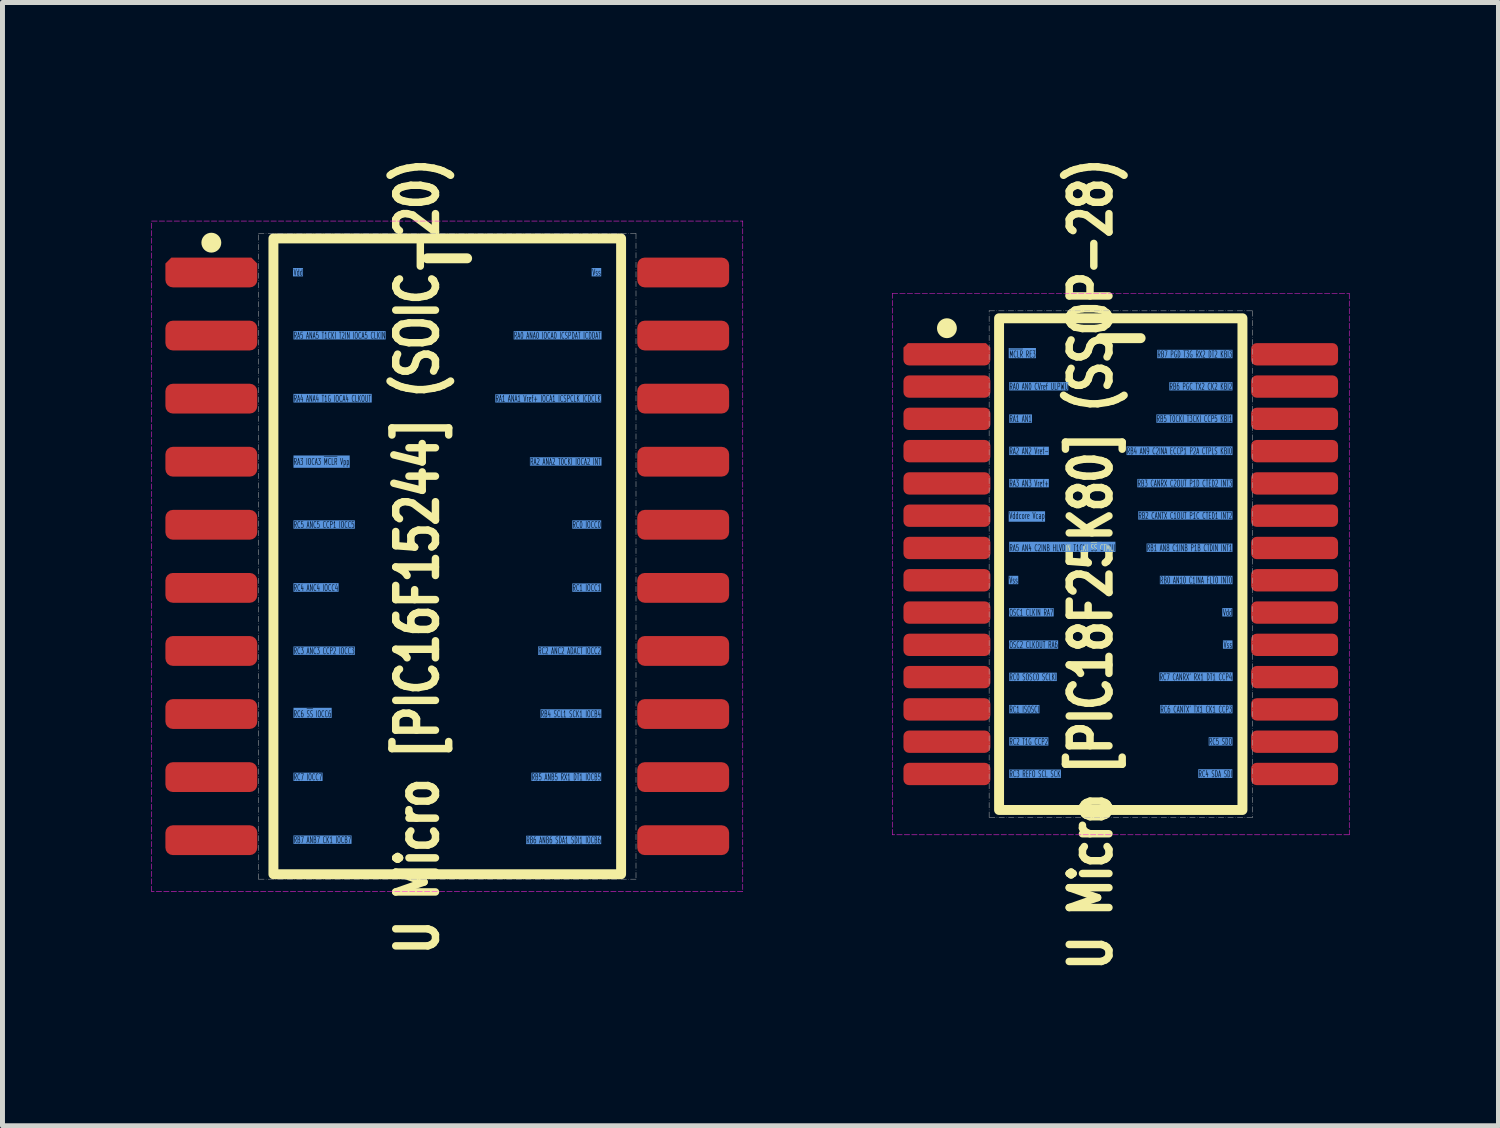
<source format=kicad_pcb>
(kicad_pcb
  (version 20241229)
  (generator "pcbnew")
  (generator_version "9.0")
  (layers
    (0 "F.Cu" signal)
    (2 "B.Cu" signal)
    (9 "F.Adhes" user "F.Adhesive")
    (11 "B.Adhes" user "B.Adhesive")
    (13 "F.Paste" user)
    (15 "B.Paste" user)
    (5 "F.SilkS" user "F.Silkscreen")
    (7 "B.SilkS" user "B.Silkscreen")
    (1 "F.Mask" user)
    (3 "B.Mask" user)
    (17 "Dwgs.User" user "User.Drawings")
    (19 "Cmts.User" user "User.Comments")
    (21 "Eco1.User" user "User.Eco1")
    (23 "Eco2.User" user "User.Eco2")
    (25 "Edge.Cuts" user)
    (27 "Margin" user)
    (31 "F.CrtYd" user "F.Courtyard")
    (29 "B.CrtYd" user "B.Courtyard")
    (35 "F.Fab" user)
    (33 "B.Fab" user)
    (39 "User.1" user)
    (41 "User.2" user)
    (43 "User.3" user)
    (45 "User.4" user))
  (footprint "U Micro [PIC18F25K80] (SSOP-28)"
    (layer "F.Cu")
    (at 19.515 8.308)
    (property "Reference" "U Micro [PIC18F25K80] (SSOP-28)" (at -0.6 0 90) (layer "F.SilkS") (effects (font (size 0.8 0.6) (thickness 0.15))))
    (attr smd)
    (fp_line (start -0.4 -4.55) (end 0.4 -4.55) (stroke (width 0.2) (type default)) (layer "F.SilkS"))
    (fp_rect (start -2.45 -4.95) (end 2.45 4.95) (stroke (width 0.2) (type default)) (fill no) (layer "F.SilkS"))
    (fp_circle (center -3.5 -4.75) (end -3.35 -4.75) (stroke (width 0.1) (type solid)) (fill yes) (layer "F.SilkS"))
    (fp_rect (start -4.6 -5.45) (end 4.6 5.45) (stroke (width 0.01) (type dash)) (fill no) (layer "F.CrtYd"))
    (fp_rect (start -2.65 -5.1) (end 2.65 5.1) (stroke (width 0.01) (type dash_dot)) (fill no) (layer "F.Fab"))
    (fp_text user "RA1 AN1" (at -2.25 -2.925 0) (layer "Cmts.User" knockout) (effects (font (size 0.13 0.07) (thickness 0.01)) (justify left)))
    (fp_text user "RB6 PGC TX2 CK2 KBI2" (at 2.25 -3.575 0) (layer "Cmts.User" knockout) (effects (font (size 0.13 0.07) (thickness 0.01) (bold yes)) (justify right)))
    (fp_text user "RB1 AN8 C1INB P1B CTDIN INT1" (at 2.25 -0.325 0) (layer "Cmts.User" knockout) (effects (font (size 0.13 0.07) (thickness 0.01)) (justify right)))
    (fp_text user "RC4 SDA SDI" (at 2.25 4.225 0) (layer "Cmts.User" knockout) (effects (font (size 0.13 0.07) (thickness 0.01)) (justify right)))
    (fp_text user "RB7 PGD T3G RX2 DT2 KBI3" (at 2.25 -4.225 0) (layer "Cmts.User" knockout) (effects (font (size 0.13 0.07) (thickness 0.01) (bold yes)) (justify right)))
    (fp_text user "RC1 ISOSCI" (at -2.25 2.925 0) (layer "Cmts.User" knockout) (effects (font (size 0.13 0.07) (thickness 0.01)) (justify left)))
    (fp_text user "RB5 T0CKI T3CKI CCP5 KBI1" (at 2.25 -2.925 0) (layer "Cmts.User" knockout) (effects (font (size 0.13 0.07) (thickness 0.01)) (justify right)))
    (fp_text user "RA2 AN2 Vref-" (at -2.25 -2.275 0) (layer "Cmts.User" knockout) (effects (font (size 0.13 0.07) (thickness 0.01)) (justify left)))
    (fp_text user "RB4 AN9 C2INA ECCP1 P2A CTPLS KBI0" (at 2.25 -2.275 0) (layer "Cmts.User" knockout) (effects (font (size 0.13 0.07) (thickness 0.01)) (justify right)))
    (fp_text user "OSC1 CLKIN RA7" (at -2.25 0.975 0) (layer "Cmts.User" knockout) (effects (font (size 0.13 0.07) (thickness 0.01)) (justify left)))
    (fp_text user "RB3 CANRX C2OUT P1D CTED2 INT3" (at 2.25 -1.625 0) (layer "Cmts.User" knockout) (effects (font (size 0.13 0.07) (thickness 0.01)) (justify right)))
    (fp_text user "RA0 AN0 CVref ULPWU" (at -2.25 -3.575 0) (layer "Cmts.User" knockout) (effects (font (size 0.13 0.07) (thickness 0.01)) (justify left)))
    (fp_text user "Vss" (at -2.25 0.325 0) (layer "Cmts.User" knockout) (effects (font (size 0.13 0.07) (thickness 0.01) (bold yes)) (justify left)))
    (fp_text user "Vddcore Vcap" (at -2.25 -0.975 0) (layer "Cmts.User" knockout) (effects (font (size 0.13 0.07) (thickness 0.01) (bold yes)) (justify left)))
    (fp_text user "Vdd" (at 2.25 0.975 0) (layer "Cmts.User" knockout) (effects (font (size 0.13 0.07) (thickness 0.01) (bold yes)) (justify right)))
    (fp_text user "RC7 CANRX' RX1 DT1 CCP4" (at 2.25 2.275 0) (layer "Cmts.User" knockout) (effects (font (size 0.13 0.07) (thickness 0.01)) (justify right)))
    (fp_text user "~{MCLR} RE3" (at -2.25 -4.225 0) (layer "Cmts.User" knockout) (effects (font (size 0.13 0.07) (thickness 0.01) (bold yes)) (justify left)))
    (fp_text user "RA3 AN3 Vref+" (at -2.25 -1.625 0) (layer "Cmts.User" knockout) (effects (font (size 0.13 0.07) (thickness 0.01)) (justify left)))
    (fp_text user "RC2 T1G CCP2" (at -2.25 3.575 0) (layer "Cmts.User" knockout) (effects (font (size 0.13 0.07) (thickness 0.01)) (justify left)))
    (fp_text user "RB2 CANTX C1OUT P1C CTED1 INT2" (at 2.25 -0.975 0) (layer "Cmts.User" knockout) (effects (font (size 0.13 0.07) (thickness 0.01)) (justify right)))
    (fp_text user "RA5 AN4 C2INB HLVDIN T1CKI ~{SS} CTMUI" (at -2.25 -0.325 0) (layer "Cmts.User" knockout) (effects (font (size 0.13 0.07) (thickness 0.01)) (justify left)))
    (fp_text user "RC5 SDO" (at 2.25 3.575 0) (layer "Cmts.User" knockout) (effects (font (size 0.13 0.07) (thickness 0.01)) (justify right)))
    (fp_text user "OSC2 CLKOUT RA6" (at -2.25 1.625 0) (layer "Cmts.User" knockout) (effects (font (size 0.13 0.07) (thickness 0.01)) (justify left)))
    (fp_text user "RB0 AN10 C1INA FLT0 INT0" (at 2.25 0.325 0) (layer "Cmts.User" knockout) (effects (font (size 0.13 0.07) (thickness 0.01)) (justify right)))
    (fp_text user "RC0 SOSC0 SCLKI" (at -2.25 2.275 0) (layer "Cmts.User" knockout) (effects (font (size 0.13 0.07) (thickness 0.01)) (justify left)))
    (fp_text user "RC6 CANTX' TX1 CK1 CCP3" (at 2.25 2.925 0) (layer "Cmts.User" knockout) (effects (font (size 0.13 0.07) (thickness 0.01)) (justify right)))
    (fp_text user "Vss" (at 2.25 1.625 0) (layer "Cmts.User" knockout) (effects (font (size 0.13 0.07) (thickness 0.01) (bold yes)) (justify right)))
    (fp_text user "RC3 REFO SCL SCK" (at -2.25 4.225 0) (layer "Cmts.User" knockout) (effects (font (size 0.13 0.07) (thickness 0.01) (bold yes)) (justify left)))
    (pad "1" smd roundrect (at -3.5 -4.225) (size 1.75 0.45) (layers "F.Cu" "F.Mask" "F.Paste") (roundrect_rratio 0.25) (chamfer_ratio 0.2) (chamfer top_left top_right))
    (pad "2" smd roundrect (at -3.5 -3.575) (size 1.75 0.45) (layers "F.Cu" "F.Mask" "F.Paste") (roundrect_rratio 0.25))
    (pad "3" smd roundrect (at -3.5 -2.925) (size 1.75 0.45) (layers "F.Cu" "F.Mask" "F.Paste") (roundrect_rratio 0.25))
    (pad "4" smd roundrect (at -3.5 -2.275) (size 1.75 0.45) (layers "F.Cu" "F.Mask" "F.Paste") (roundrect_rratio 0.25))
    (pad "5" smd roundrect (at -3.5 -1.625) (size 1.75 0.45) (layers "F.Cu" "F.Mask" "F.Paste") (roundrect_rratio 0.25))
    (pad "6" smd roundrect (at -3.5 -0.975) (size 1.75 0.45) (layers "F.Cu" "F.Mask" "F.Paste") (roundrect_rratio 0.25))
    (pad "7" smd roundrect (at -3.5 -0.325) (size 1.75 0.45) (layers "F.Cu" "F.Mask" "F.Paste") (roundrect_rratio 0.25))
    (pad "8" smd roundrect (at -3.5 0.325) (size 1.75 0.45) (layers "F.Cu" "F.Mask" "F.Paste") (roundrect_rratio 0.25))
    (pad "9" smd roundrect (at -3.5 0.975) (size 1.75 0.45) (layers "F.Cu" "F.Mask" "F.Paste") (roundrect_rratio 0.25))
    (pad "10" smd roundrect (at -3.5 1.625) (size 1.75 0.45) (layers "F.Cu" "F.Mask" "F.Paste") (roundrect_rratio 0.25))
    (pad "11" smd roundrect (at -3.5 2.275) (size 1.75 0.45) (layers "F.Cu" "F.Mask" "F.Paste") (roundrect_rratio 0.25))
    (pad "12" smd roundrect (at -3.5 2.925) (size 1.75 0.45) (layers "F.Cu" "F.Mask" "F.Paste") (roundrect_rratio 0.25))
    (pad "13" smd roundrect (at -3.5 3.575) (size 1.75 0.45) (layers "F.Cu" "F.Mask" "F.Paste") (roundrect_rratio 0.25))
    (pad "14" smd roundrect (at -3.5 4.225) (size 1.75 0.45) (layers "F.Cu" "F.Mask" "F.Paste") (roundrect_rratio 0.25))
    (pad "15" smd roundrect (at 3.5 4.225) (size 1.75 0.45) (layers "F.Cu" "F.Mask" "F.Paste") (roundrect_rratio 0.25))
    (pad "16" smd roundrect (at 3.5 3.575) (size 1.75 0.45) (layers "F.Cu" "F.Mask" "F.Paste") (roundrect_rratio 0.25))
    (pad "17" smd roundrect (at 3.5 2.925) (size 1.75 0.45) (layers "F.Cu" "F.Mask" "F.Paste") (roundrect_rratio 0.25))
    (pad "18" smd roundrect (at 3.5 2.275) (size 1.75 0.45) (layers "F.Cu" "F.Mask" "F.Paste") (roundrect_rratio 0.25))
    (pad "19" smd roundrect (at 3.5 1.625) (size 1.75 0.45) (layers "F.Cu" "F.Mask" "F.Paste") (roundrect_rratio 0.25))
    (pad "20" smd roundrect (at 3.5 0.975) (size 1.75 0.45) (layers "F.Cu" "F.Mask" "F.Paste") (roundrect_rratio 0.25))
    (pad "21" smd roundrect (at 3.5 0.325) (size 1.75 0.45) (layers "F.Cu" "F.Mask" "F.Paste") (roundrect_rratio 0.25))
    (pad "22" smd roundrect (at 3.5 -0.325) (size 1.75 0.45) (layers "F.Cu" "F.Mask" "F.Paste") (roundrect_rratio 0.25))
    (pad "23" smd roundrect (at 3.5 -0.975) (size 1.75 0.45) (layers "F.Cu" "F.Mask" "F.Paste") (roundrect_rratio 0.25))
    (pad "24" smd roundrect (at 3.5 -1.625) (size 1.75 0.45) (layers "F.Cu" "F.Mask" "F.Paste") (roundrect_rratio 0.25))
    (pad "25" smd roundrect (at 3.5 -2.275) (size 1.75 0.45) (layers "F.Cu" "F.Mask" "F.Paste") (roundrect_rratio 0.25))
    (pad "26" smd roundrect (at 3.5 -2.925) (size 1.75 0.45) (layers "F.Cu" "F.Mask" "F.Paste") (roundrect_rratio 0.25))
    (pad "27" smd roundrect (at 3.5 -3.575) (size 1.75 0.45) (layers "F.Cu" "F.Mask" "F.Paste") (roundrect_rratio 0.25))
    (pad "28" smd roundrect (at 3.5 -4.225) (size 1.75 0.45) (layers "F.Cu" "F.Mask" "F.Paste") (roundrect_rratio 0.25)))
  (footprint "U Micro [PIC16F15244] (SOIC-20)"
    (layer "F.Cu")
    (at 5.955 8.151)
    (property "Reference" "U Micro [PIC16F15244] (SOIC-20)" (at -0.6 0 90) (layer "F.SilkS") (effects (font (size 0.8 0.6) (thickness 0.15))))
    (attr smd)
    (fp_line (start -0.4 -6) (end 0.4 -6) (stroke (width 0.2) (type default)) (layer "F.SilkS"))
    (fp_rect (start 3.5 6.4) (end -3.5 -6.4) (stroke (width 0.2) (type default)) (fill no) (layer "F.SilkS"))
    (fp_circle (center -4.75 -6.315) (end -4.6 -6.315) (stroke (width 0.1) (type solid)) (fill yes) (layer "F.SilkS"))
    (fp_rect (start -5.95 -6.75) (end 5.95 6.75) (stroke (width 0.01) (type dash)) (fill no) (layer "F.CrtYd"))
    (fp_rect (start -3.8 -6.5) (end 3.8 6.5) (stroke (width 0.01) (type dash_dot)) (fill no) (layer "F.Fab"))
    (fp_text user "RB5 ANB5 RX1 DT1 IOCB5" (at 3.1 4.445 0) (layer "Cmts.User" knockout) (effects (font (size 0.13 0.07) (thickness 0.01) (bold yes)) (justify right)))
    (fp_text user "RA1 ANA1 Vref+ IOCA1 ICSPCLK ICDCLK" (at 3.1 -3.175 0) (layer "Cmts.User" knockout) (effects (font (size 0.13 0.07) (thickness 0.01)) (justify right)))
    (fp_text user "RC0 IOCC0" (at 3.1 -0.635 0) (layer "Cmts.User" knockout) (effects (font (size 0.13 0.07) (thickness 0.01) (bold yes)) (justify right)))
    (fp_text user "RC4 ANC4 IOCC4" (at -3.1 0.635 0) (layer "Cmts.User" knockout) (effects (font (size 0.13 0.07) (thickness 0.01)) (justify left)))
    (fp_text user "RC1 IOCC1" (at 3.1 0.635 0) (layer "Cmts.User" knockout) (effects (font (size 0.13 0.07) (thickness 0.01) (bold yes)) (justify right)))
    (fp_text user "RA3 IOCA3 ~{MCLR} Vpp" (at -3.1 -1.905 0) (layer "Cmts.User" knockout) (effects (font (size 0.13 0.07) (thickness 0.01) (bold yes)) (justify left)))
    (fp_text user "RA0 ANA0 IOCA0 ICSPDAT ICDDAT" (at 3.1 -4.445 0) (layer "Cmts.User" knockout) (effects (font (size 0.13 0.07) (thickness 0.01)) (justify right)))
    (fp_text user "RB4 SCL1 SCK1 IOCB4" (at 3.1 3.175 0) (layer "Cmts.User" knockout) (effects (font (size 0.13 0.07) (thickness 0.01) (bold yes)) (justify right)))
    (fp_text user "Vss" (at 3.1 -5.715 0) (layer "Cmts.User" knockout) (effects (font (size 0.13 0.07) (thickness 0.01) (bold yes)) (justify right)))
    (fp_text user "RC5 ANC5 CCP1 IOCC5" (at -3.1 -0.635 0) (layer "Cmts.User" knockout) (effects (font (size 0.13 0.07) (thickness 0.01)) (justify left)))
    (fp_text user "RB7 ANB7 CK1 IOCB7" (at -3.1 5.71 0) (layer "Cmts.User" knockout) (effects (font (size 0.13 0.07) (thickness 0.01)) (justify left)))
    (fp_text user "Vdd" (at -3.1 -5.715 0) (layer "Cmts.User" knockout) (effects (font (size 0.13 0.07) (thickness 0.01) (bold yes)) (justify left)))
    (fp_text user "RC2 ANC2 ADACT IOCC2" (at 3.1 1.905 0) (layer "Cmts.User" knockout) (effects (font (size 0.13 0.07) (thickness 0.01)) (justify right)))
    (fp_text user "RC6 ~{SS} IOCC6" (at -3.1 3.175 0) (layer "Cmts.User" knockout) (effects (font (size 0.13 0.07) (thickness 0.01)) (justify left)))
    (fp_text user "RB6 ANB6 SDA1 SDI1 IOCB6" (at 3.1 5.715 0) (layer "Cmts.User" knockout) (effects (font (size 0.13 0.07) (thickness 0.01)) (justify right)))
    (fp_text user "RC3 ANC3 CCP2 IOCC3" (at -3.1 1.905 0) (layer "Cmts.User" knockout) (effects (font (size 0.13 0.07) (thickness 0.01)) (justify left)))
    (fp_text user "RA4 ANA4 T1G IOCA4 CLKOUT" (at -3.1 -3.175 0) (layer "Cmts.User" knockout) (effects (font (size 0.13 0.07) (thickness 0.01)) (justify left)))
    (fp_text user "RA2 ANA2 T0CKI IOCA2 INT" (at 3.1 -1.905 0) (layer "Cmts.User" knockout) (effects (font (size 0.13 0.07) (thickness 0.01) (bold yes)) (justify right)))
    (fp_text user "RC7 IOCC7" (at -3.1 4.445 0) (layer "Cmts.User" knockout) (effects (font (size 0.13 0.07) (thickness 0.01)) (justify left)))
    (fp_text user "RA5 ANA5 T1CKI T2IN IOCA5 CLKIN" (at -3.1 -4.445 0) (layer "Cmts.User" knockout) (effects (font (size 0.13 0.07) (thickness 0.01)) (justify left)))
    (pad "1" smd roundrect (at -4.75 -5.715) (size 1.85 0.6) (layers "F.Cu" "F.Mask" "F.Paste") (roundrect_rratio 0.25) (chamfer_ratio 0.2) (chamfer top_left top_right))
    (pad "2" smd roundrect (at -4.75 -4.445) (size 1.85 0.6) (layers "F.Cu" "F.Mask" "F.Paste") (roundrect_rratio 0.25))
    (pad "3" smd roundrect (at -4.75 -3.175) (size 1.85 0.6) (layers "F.Cu" "F.Mask" "F.Paste") (roundrect_rratio 0.25))
    (pad "4" smd roundrect (at -4.75 -1.905) (size 1.85 0.6) (layers "F.Cu" "F.Mask" "F.Paste") (roundrect_rratio 0.25))
    (pad "5" smd roundrect (at -4.75 -0.635) (size 1.85 0.6) (layers "F.Cu" "F.Mask" "F.Paste") (roundrect_rratio 0.25))
    (pad "6" smd roundrect (at -4.75 0.635) (size 1.85 0.6) (layers "F.Cu" "F.Mask" "F.Paste") (roundrect_rratio 0.25))
    (pad "7" smd roundrect (at -4.75 1.905) (size 1.85 0.6) (layers "F.Cu" "F.Mask" "F.Paste") (roundrect_rratio 0.25))
    (pad "8" smd roundrect (at -4.75 3.175) (size 1.85 0.6) (layers "F.Cu" "F.Mask" "F.Paste") (roundrect_rratio 0.25))
    (pad "9" smd roundrect (at -4.75 4.445) (size 1.85 0.6) (layers "F.Cu" "F.Mask" "F.Paste") (roundrect_rratio 0.25))
    (pad "10" smd roundrect (at -4.75 5.715) (size 1.85 0.6) (layers "F.Cu" "F.Mask" "F.Paste") (roundrect_rratio 0.25))
    (pad "11" smd roundrect (at 4.75 5.715) (size 1.85 0.6) (layers "F.Cu" "F.Mask" "F.Paste") (roundrect_rratio 0.25))
    (pad "12" smd roundrect (at 4.75 4.445) (size 1.85 0.6) (layers "F.Cu" "F.Mask" "F.Paste") (roundrect_rratio 0.25))
    (pad "13" smd roundrect (at 4.75 3.175) (size 1.85 0.6) (layers "F.Cu" "F.Mask" "F.Paste") (roundrect_rratio 0.25))
    (pad "14" smd roundrect (at 4.75 1.905) (size 1.85 0.6) (layers "F.Cu" "F.Mask" "F.Paste") (roundrect_rratio 0.25))
    (pad "15" smd roundrect (at 4.75 0.635) (size 1.85 0.6) (layers "F.Cu" "F.Mask" "F.Paste") (roundrect_rratio 0.25))
    (pad "16" smd roundrect (at 4.75 -0.635) (size 1.85 0.6) (layers "F.Cu" "F.Mask" "F.Paste") (roundrect_rratio 0.25))
    (pad "17" smd roundrect (at 4.75 -1.905) (size 1.85 0.6) (layers "F.Cu" "F.Mask" "F.Paste") (roundrect_rratio 0.25))
    (pad "18" smd roundrect (at 4.75 -3.175) (size 1.85 0.6) (layers "F.Cu" "F.Mask" "F.Paste") (roundrect_rratio 0.25))
    (pad "19" smd roundrect (at 4.75 -4.445) (size 1.85 0.6) (layers "F.Cu" "F.Mask" "F.Paste") (roundrect_rratio 0.25))
    (pad "20" smd roundrect (at 4.75 -5.715) (size 1.85 0.6) (layers "F.Cu" "F.Mask" "F.Paste") (roundrect_rratio 0.25)))
  (gr_rect
    (start -3 -3)
    (end 27.12 19.616)
    (stroke (width 0.1) (type default))
    (fill no)
    (layer "Edge.Cuts")))
</source>
